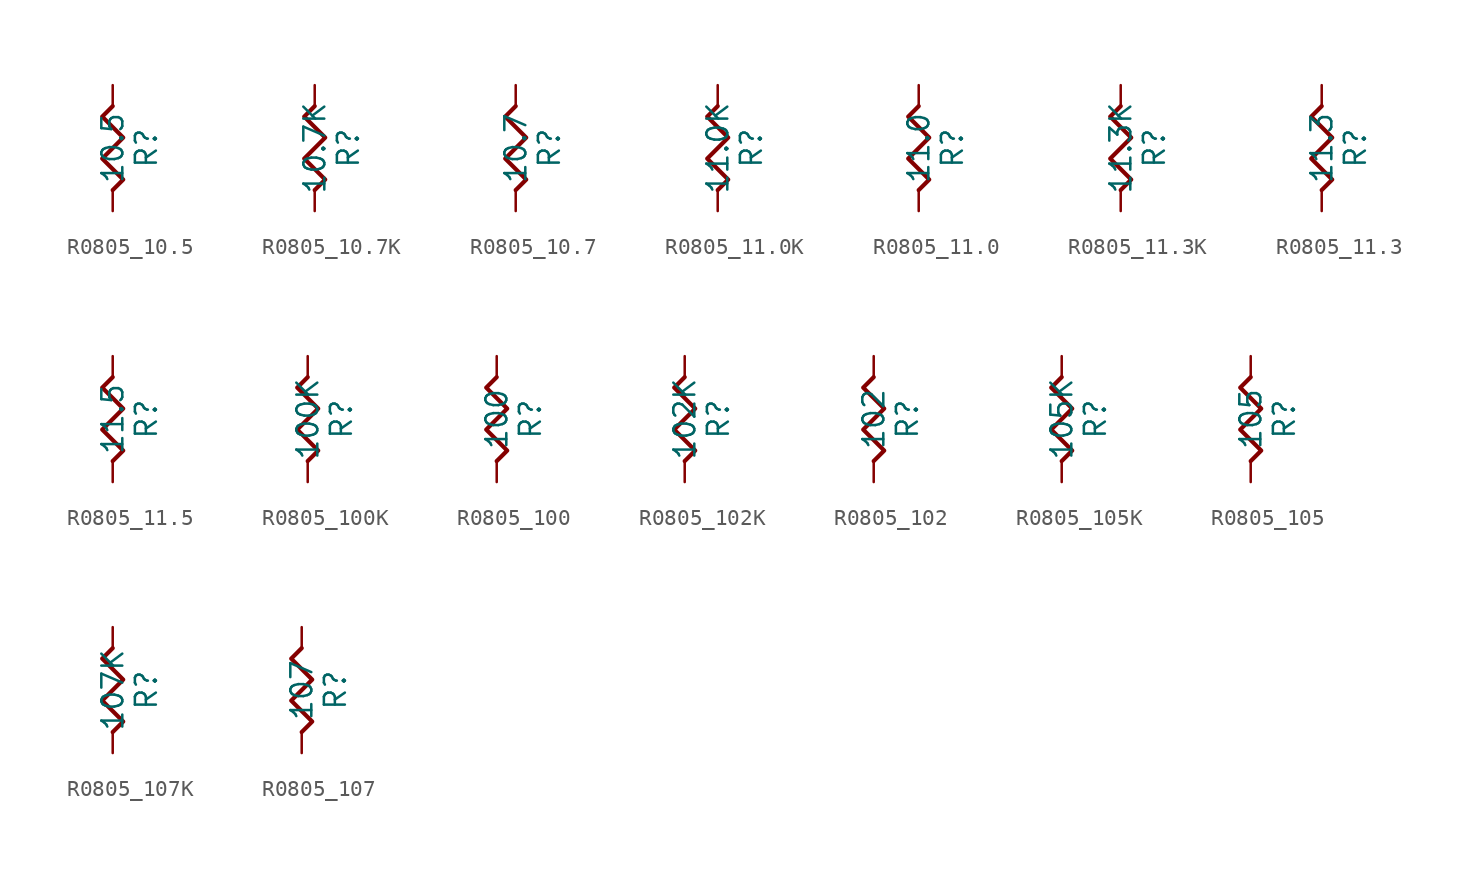
<source format=kicad_sym>
(kicad_symbol_lib
  (version 20211014)
  (generator atlantix-eda)
  (symbol "R0805_10.5"
    (pin_numbers hide)
    (pin_names
      (offset 0))
    (property "Reference" "R"
      (at 2.032 0 90)
      (effects (font (size 1.27 1.27))))
    (property "Value" "10.5"
      (at 0 0 90)
      (effects (font (size 1.27 1.27))))
    (symbol "R0805_10.5_0_1"
      (polyline (pts (xy 0 -2.54) (xy 0.635 -1.905) (xy -0.635 -0.635) (xy 0.635 0.635) (xy -0.635 1.905) (xy 0 2.54)) (stroke (width 0.254) (type default) (color 0 0 0 0)) (fill (type none))))
    (symbol "R0805_10.5_1_1"
      (pin passive line (at 0 3.81 270) (length 1.27) (name "~" (effects (font (size 1.27 1.27)))) (number "1" (effects (font (size 1.27 1.27)))))
      (pin passive line (at 0 -3.81 90) (length 1.27) (name "~" (effects (font (size 1.27 1.27)))) (number "2" (effects (font (size 1.27 1.27)))))))
  (symbol "R0805_10.7K"
    (pin_numbers hide)
    (pin_names
      (offset 0))
    (property "Reference" "R"
      (at 2.032 0 90)
      (effects (font (size 1.27 1.27))))
    (property "Value" "10.7K"
      (at 0 0 90)
      (effects (font (size 1.27 1.27))))
    (symbol "R0805_10.7K_0_1"
      (polyline (pts (xy 0 -2.54) (xy 0.635 -1.905) (xy -0.635 -0.635) (xy 0.635 0.635) (xy -0.635 1.905) (xy 0 2.54)) (stroke (width 0.254) (type default) (color 0 0 0 0)) (fill (type none))))
    (symbol "R0805_10.7K_1_1"
      (pin passive line (at 0 3.81 270) (length 1.27) (name "~" (effects (font (size 1.27 1.27)))) (number "1" (effects (font (size 1.27 1.27)))))
      (pin passive line (at 0 -3.81 90) (length 1.27) (name "~" (effects (font (size 1.27 1.27)))) (number "2" (effects (font (size 1.27 1.27)))))))
  (symbol "R0805_10.7"
    (pin_numbers hide)
    (pin_names
      (offset 0))
    (property "Reference" "R"
      (at 2.032 0 90)
      (effects (font (size 1.27 1.27))))
    (property "Value" "10.7"
      (at 0 0 90)
      (effects (font (size 1.27 1.27))))
    (symbol "R0805_10.7_0_1"
      (polyline (pts (xy 0 -2.54) (xy 0.635 -1.905) (xy -0.635 -0.635) (xy 0.635 0.635) (xy -0.635 1.905) (xy 0 2.54)) (stroke (width 0.254) (type default) (color 0 0 0 0)) (fill (type none))))
    (symbol "R0805_10.7_1_1"
      (pin passive line (at 0 3.81 270) (length 1.27) (name "~" (effects (font (size 1.27 1.27)))) (number "1" (effects (font (size 1.27 1.27)))))
      (pin passive line (at 0 -3.81 90) (length 1.27) (name "~" (effects (font (size 1.27 1.27)))) (number "2" (effects (font (size 1.27 1.27)))))))
  (symbol "R0805_11.0K"
    (pin_numbers hide)
    (pin_names
      (offset 0))
    (property "Reference" "R"
      (at 2.032 0 90)
      (effects (font (size 1.27 1.27))))
    (property "Value" "11.0K"
      (at 0 0 90)
      (effects (font (size 1.27 1.27))))
    (symbol "R0805_11.0K_0_1"
      (polyline (pts (xy 0 -2.54) (xy 0.635 -1.905) (xy -0.635 -0.635) (xy 0.635 0.635) (xy -0.635 1.905) (xy 0 2.54)) (stroke (width 0.254) (type default) (color 0 0 0 0)) (fill (type none))))
    (symbol "R0805_11.0K_1_1"
      (pin passive line (at 0 3.81 270) (length 1.27) (name "~" (effects (font (size 1.27 1.27)))) (number "1" (effects (font (size 1.27 1.27)))))
      (pin passive line (at 0 -3.81 90) (length 1.27) (name "~" (effects (font (size 1.27 1.27)))) (number "2" (effects (font (size 1.27 1.27)))))))
  (symbol "R0805_11.0"
    (pin_numbers hide)
    (pin_names
      (offset 0))
    (property "Reference" "R"
      (at 2.032 0 90)
      (effects (font (size 1.27 1.27))))
    (property "Value" "11.0"
      (at 0 0 90)
      (effects (font (size 1.27 1.27))))
    (symbol "R0805_11.0_0_1"
      (polyline (pts (xy 0 -2.54) (xy 0.635 -1.905) (xy -0.635 -0.635) (xy 0.635 0.635) (xy -0.635 1.905) (xy 0 2.54)) (stroke (width 0.254) (type default) (color 0 0 0 0)) (fill (type none))))
    (symbol "R0805_11.0_1_1"
      (pin passive line (at 0 3.81 270) (length 1.27) (name "~" (effects (font (size 1.27 1.27)))) (number "1" (effects (font (size 1.27 1.27)))))
      (pin passive line (at 0 -3.81 90) (length 1.27) (name "~" (effects (font (size 1.27 1.27)))) (number "2" (effects (font (size 1.27 1.27)))))))
  (symbol "R0805_11.3K"
    (pin_numbers hide)
    (pin_names
      (offset 0))
    (property "Reference" "R"
      (at 2.032 0 90)
      (effects (font (size 1.27 1.27))))
    (property "Value" "11.3K"
      (at 0 0 90)
      (effects (font (size 1.27 1.27))))
    (symbol "R0805_11.3K_0_1"
      (polyline (pts (xy 0 -2.54) (xy 0.635 -1.905) (xy -0.635 -0.635) (xy 0.635 0.635) (xy -0.635 1.905) (xy 0 2.54)) (stroke (width 0.254) (type default) (color 0 0 0 0)) (fill (type none))))
    (symbol "R0805_11.3K_1_1"
      (pin passive line (at 0 3.81 270) (length 1.27) (name "~" (effects (font (size 1.27 1.27)))) (number "1" (effects (font (size 1.27 1.27)))))
      (pin passive line (at 0 -3.81 90) (length 1.27) (name "~" (effects (font (size 1.27 1.27)))) (number "2" (effects (font (size 1.27 1.27)))))))
  (symbol "R0805_11.3"
    (pin_numbers hide)
    (pin_names
      (offset 0))
    (property "Reference" "R"
      (at 2.032 0 90)
      (effects (font (size 1.27 1.27))))
    (property "Value" "11.3"
      (at 0 0 90)
      (effects (font (size 1.27 1.27))))
    (symbol "R0805_11.3_0_1"
      (polyline (pts (xy 0 -2.54) (xy 0.635 -1.905) (xy -0.635 -0.635) (xy 0.635 0.635) (xy -0.635 1.905) (xy 0 2.54)) (stroke (width 0.254) (type default) (color 0 0 0 0)) (fill (type none))))
    (symbol "R0805_11.3_1_1"
      (pin passive line (at 0 3.81 270) (length 1.27) (name "~" (effects (font (size 1.27 1.27)))) (number "1" (effects (font (size 1.27 1.27)))))
      (pin passive line (at 0 -3.81 90) (length 1.27) (name "~" (effects (font (size 1.27 1.27)))) (number "2" (effects (font (size 1.27 1.27)))))))
  (symbol "R0805_11.5"
    (pin_numbers hide)
    (pin_names
      (offset 0))
    (property "Reference" "R"
      (at 2.032 0 90)
      (effects (font (size 1.27 1.27))))
    (property "Value" "11.5"
      (at 0 0 90)
      (effects (font (size 1.27 1.27))))
    (symbol "R0805_11.5_0_1"
      (polyline (pts (xy 0 -2.54) (xy 0.635 -1.905) (xy -0.635 -0.635) (xy 0.635 0.635) (xy -0.635 1.905) (xy 0 2.54)) (stroke (width 0.254) (type default) (color 0 0 0 0)) (fill (type none))))
    (symbol "R0805_11.5_1_1"
      (pin passive line (at 0 3.81 270) (length 1.27) (name "~" (effects (font (size 1.27 1.27)))) (number "1" (effects (font (size 1.27 1.27)))))
      (pin passive line (at 0 -3.81 90) (length 1.27) (name "~" (effects (font (size 1.27 1.27)))) (number "2" (effects (font (size 1.27 1.27)))))))
  (symbol "R0805_100K"
    (pin_numbers hide)
    (pin_names
      (offset 0))
    (property "Reference" "R"
      (at 2.032 0 90)
      (effects (font (size 1.27 1.27))))
    (property "Value" "100K"
      (at 0 0 90)
      (effects (font (size 1.27 1.27))))
    (symbol "R0805_100K_0_1"
      (polyline (pts (xy 0 -2.54) (xy 0.635 -1.905) (xy -0.635 -0.635) (xy 0.635 0.635) (xy -0.635 1.905) (xy 0 2.54)) (stroke (width 0.254) (type default) (color 0 0 0 0)) (fill (type none))))
    (symbol "R0805_100K_1_1"
      (pin passive line (at 0 3.81 270) (length 1.27) (name "~" (effects (font (size 1.27 1.27)))) (number "1" (effects (font (size 1.27 1.27)))))
      (pin passive line (at 0 -3.81 90) (length 1.27) (name "~" (effects (font (size 1.27 1.27)))) (number "2" (effects (font (size 1.27 1.27)))))))
  (symbol "R0805_100"
    (pin_numbers hide)
    (pin_names
      (offset 0))
    (property "Reference" "R"
      (at 2.032 0 90)
      (effects (font (size 1.27 1.27))))
    (property "Value" "100"
      (at 0 0 90)
      (effects (font (size 1.27 1.27))))
    (symbol "R0805_100_0_1"
      (polyline (pts (xy 0 -2.54) (xy 0.635 -1.905) (xy -0.635 -0.635) (xy 0.635 0.635) (xy -0.635 1.905) (xy 0 2.54)) (stroke (width 0.254) (type default) (color 0 0 0 0)) (fill (type none))))
    (symbol "R0805_100_1_1"
      (pin passive line (at 0 3.81 270) (length 1.27) (name "~" (effects (font (size 1.27 1.27)))) (number "1" (effects (font (size 1.27 1.27)))))
      (pin passive line (at 0 -3.81 90) (length 1.27) (name "~" (effects (font (size 1.27 1.27)))) (number "2" (effects (font (size 1.27 1.27)))))))
  (symbol "R0805_102K"
    (pin_numbers hide)
    (pin_names
      (offset 0))
    (property "Reference" "R"
      (at 2.032 0 90)
      (effects (font (size 1.27 1.27))))
    (property "Value" "102K"
      (at 0 0 90)
      (effects (font (size 1.27 1.27))))
    (symbol "R0805_102K_0_1"
      (polyline (pts (xy 0 -2.54) (xy 0.635 -1.905) (xy -0.635 -0.635) (xy 0.635 0.635) (xy -0.635 1.905) (xy 0 2.54)) (stroke (width 0.254) (type default) (color 0 0 0 0)) (fill (type none))))
    (symbol "R0805_102K_1_1"
      (pin passive line (at 0 3.81 270) (length 1.27) (name "~" (effects (font (size 1.27 1.27)))) (number "1" (effects (font (size 1.27 1.27)))))
      (pin passive line (at 0 -3.81 90) (length 1.27) (name "~" (effects (font (size 1.27 1.27)))) (number "2" (effects (font (size 1.27 1.27)))))))
  (symbol "R0805_102"
    (pin_numbers hide)
    (pin_names
      (offset 0))
    (property "Reference" "R"
      (at 2.032 0 90)
      (effects (font (size 1.27 1.27))))
    (property "Value" "102"
      (at 0 0 90)
      (effects (font (size 1.27 1.27))))
    (symbol "R0805_102_0_1"
      (polyline (pts (xy 0 -2.54) (xy 0.635 -1.905) (xy -0.635 -0.635) (xy 0.635 0.635) (xy -0.635 1.905) (xy 0 2.54)) (stroke (width 0.254) (type default) (color 0 0 0 0)) (fill (type none))))
    (symbol "R0805_102_1_1"
      (pin passive line (at 0 3.81 270) (length 1.27) (name "~" (effects (font (size 1.27 1.27)))) (number "1" (effects (font (size 1.27 1.27)))))
      (pin passive line (at 0 -3.81 90) (length 1.27) (name "~" (effects (font (size 1.27 1.27)))) (number "2" (effects (font (size 1.27 1.27)))))))
  (symbol "R0805_105K"
    (pin_numbers hide)
    (pin_names
      (offset 0))
    (property "Reference" "R"
      (at 2.032 0 90)
      (effects (font (size 1.27 1.27))))
    (property "Value" "105K"
      (at 0 0 90)
      (effects (font (size 1.27 1.27))))
    (symbol "R0805_105K_0_1"
      (polyline (pts (xy 0 -2.54) (xy 0.635 -1.905) (xy -0.635 -0.635) (xy 0.635 0.635) (xy -0.635 1.905) (xy 0 2.54)) (stroke (width 0.254) (type default) (color 0 0 0 0)) (fill (type none))))
    (symbol "R0805_105K_1_1"
      (pin passive line (at 0 3.81 270) (length 1.27) (name "~" (effects (font (size 1.27 1.27)))) (number "1" (effects (font (size 1.27 1.27)))))
      (pin passive line (at 0 -3.81 90) (length 1.27) (name "~" (effects (font (size 1.27 1.27)))) (number "2" (effects (font (size 1.27 1.27)))))))
  (symbol "R0805_105"
    (pin_numbers hide)
    (pin_names
      (offset 0))
    (property "Reference" "R"
      (at 2.032 0 90)
      (effects (font (size 1.27 1.27))))
    (property "Value" "105"
      (at 0 0 90)
      (effects (font (size 1.27 1.27))))
    (symbol "R0805_105_0_1"
      (polyline (pts (xy 0 -2.54) (xy 0.635 -1.905) (xy -0.635 -0.635) (xy 0.635 0.635) (xy -0.635 1.905) (xy 0 2.54)) (stroke (width 0.254) (type default) (color 0 0 0 0)) (fill (type none))))
    (symbol "R0805_105_1_1"
      (pin passive line (at 0 3.81 270) (length 1.27) (name "~" (effects (font (size 1.27 1.27)))) (number "1" (effects (font (size 1.27 1.27)))))
      (pin passive line (at 0 -3.81 90) (length 1.27) (name "~" (effects (font (size 1.27 1.27)))) (number "2" (effects (font (size 1.27 1.27)))))))
  (symbol "R0805_107K"
    (pin_numbers hide)
    (pin_names
      (offset 0))
    (property "Reference" "R"
      (at 2.032 0 90)
      (effects (font (size 1.27 1.27))))
    (property "Value" "107K"
      (at 0 0 90)
      (effects (font (size 1.27 1.27))))
    (symbol "R0805_107K_0_1"
      (polyline (pts (xy 0 -2.54) (xy 0.635 -1.905) (xy -0.635 -0.635) (xy 0.635 0.635) (xy -0.635 1.905) (xy 0 2.54)) (stroke (width 0.254) (type default) (color 0 0 0 0)) (fill (type none))))
    (symbol "R0805_107K_1_1"
      (pin passive line (at 0 3.81 270) (length 1.27) (name "~" (effects (font (size 1.27 1.27)))) (number "1" (effects (font (size 1.27 1.27)))))
      (pin passive line (at 0 -3.81 90) (length 1.27) (name "~" (effects (font (size 1.27 1.27)))) (number "2" (effects (font (size 1.27 1.27)))))))
  (symbol "R0805_107"
    (pin_numbers hide)
    (pin_names
      (offset 0))
    (property "Reference" "R"
      (at 2.032 0 90)
      (effects (font (size 1.27 1.27))))
    (property "Value" "107"
      (at 0 0 90)
      (effects (font (size 1.27 1.27))))
    (symbol "R0805_107_0_1"
      (polyline (pts (xy 0 -2.54) (xy 0.635 -1.905) (xy -0.635 -0.635) (xy 0.635 0.635) (xy -0.635 1.905) (xy 0 2.54)) (stroke (width 0.254) (type default) (color 0 0 0 0)) (fill (type none))))
    (symbol "R0805_107_1_1"
      (pin passive line (at 0 3.81 270) (length 1.27) (name "~" (effects (font (size 1.27 1.27)))) (number "1" (effects (font (size 1.27 1.27)))))
      (pin passive line (at 0 -3.81 90) (length 1.27) (name "~" (effects (font (size 1.27 1.27)))) (number "2" (effects (font (size 1.27 1.27))))))))
</source>
